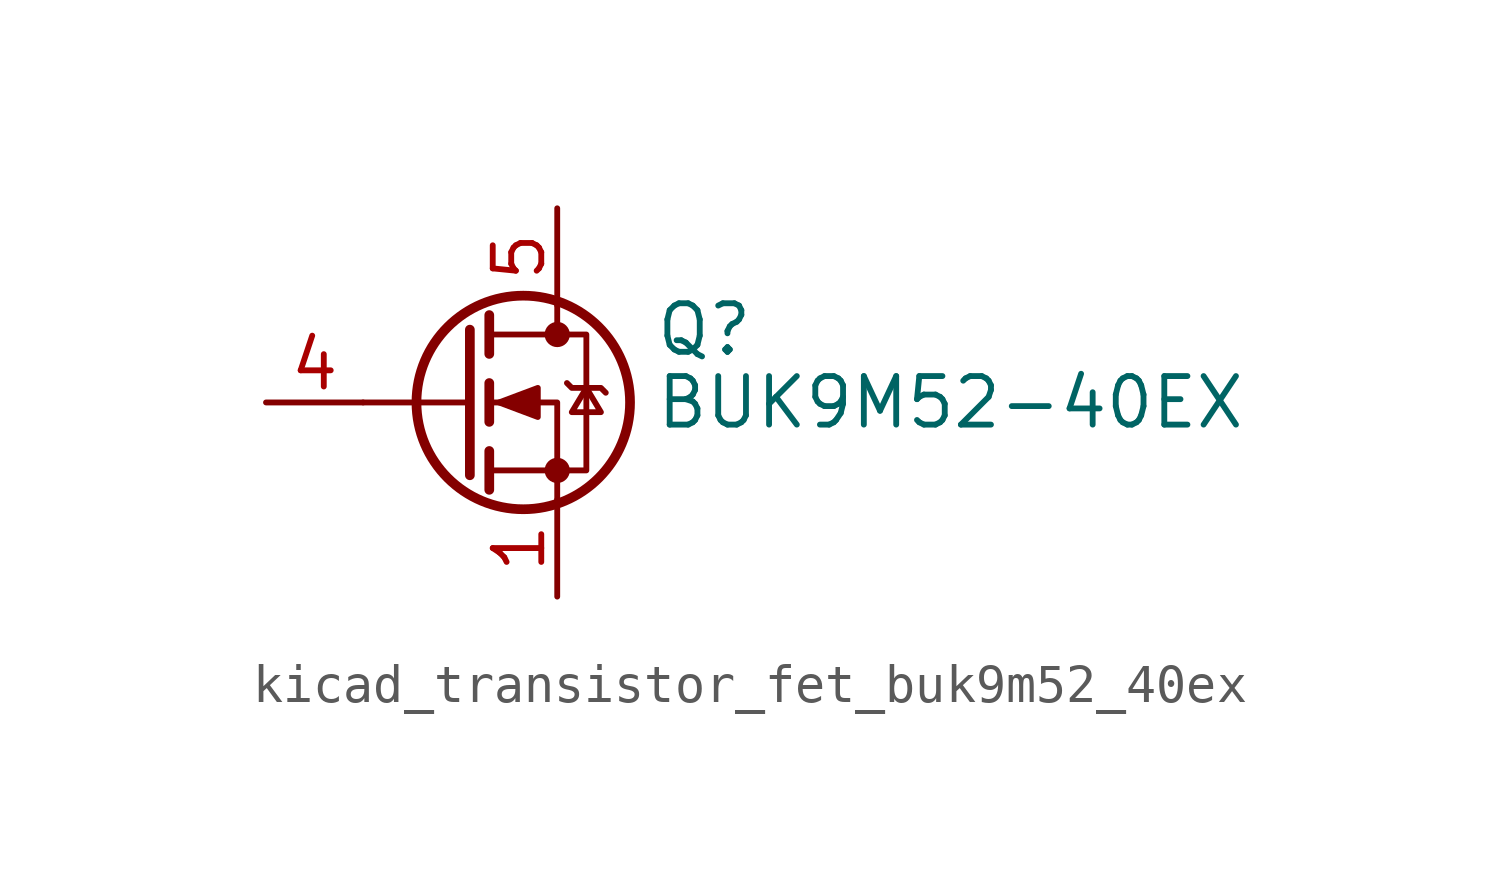
<source format=kicad_sym>
(kicad_symbol_lib
  (version 20220914)
  (generator kicad_symbol_editor)
  (symbol "kicad_transistor_fet_buk9m52_40ex"
    (pin_names hide)
    (property "Reference" "Q"
      (at 5.08 1.905 0)
      (effects (font (size 1.27 1.27)) (justify left)))
    (property "Value" "BUK9M52-40EX"
      (at 5.08 0 0)
      (effects (font (size 1.27 1.27)) (justify left)))
    (symbol "kicad_transistor_fet_buk9m52_40ex_0_1"
      (polyline (pts (xy 0.254 0) (xy -2.54 0)) (stroke (width 0) (type default)) (fill (type none)))
      (polyline (pts (xy 0.254 1.905) (xy 0.254 -1.905)) (stroke (width 0.254) (type default)) (fill (type none)))
      (polyline (pts (xy 0.762 -1.27) (xy 0.762 -2.286)) (stroke (width 0.254) (type default)) (fill (type none)))
      (polyline (pts (xy 0.762 0.508) (xy 0.762 -0.508)) (stroke (width 0.254) (type default)) (fill (type none)))
      (polyline (pts (xy 0.762 2.286) (xy 0.762 1.27)) (stroke (width 0.254) (type default)) (fill (type none)))
      (polyline (pts (xy 2.54 2.54) (xy 2.54 1.778)) (stroke (width 0) (type default)) (fill (type none)))
      (polyline (pts (xy 2.54 -2.54) (xy 2.54 0) (xy 0.762 0)) (stroke (width 0) (type default)) (fill (type none)))
      (polyline (pts (xy 0.762 -1.778) (xy 3.302 -1.778) (xy 3.302 1.778) (xy 0.762 1.778)) (stroke (width 0) (type default)) (fill (type none)))
      (polyline (pts (xy 1.016 0) (xy 2.032 0.381) (xy 2.032 -0.381) (xy 1.016 0)) (stroke (width 0) (type default)) (fill (type outline)))
      (polyline (pts (xy 2.794 0.508) (xy 2.921 0.381) (xy 3.683 0.381) (xy 3.81 0.254)) (stroke (width 0) (type default)) (fill (type none)))
      (polyline (pts (xy 3.302 0.381) (xy 2.921 -0.254) (xy 3.683 -0.254) (xy 3.302 0.381)) (stroke (width 0) (type default)) (fill (type none)))
      (circle (center 1.651 0) (radius 2.794) (stroke (width 0.254) (type default)) (fill (type none)))
      (circle (center 2.54 -1.778) (radius 0.254) (stroke (width 0) (type default)) (fill (type outline)))
      (circle (center 2.54 1.778) (radius 0.254) (stroke (width 0) (type default)) (fill (type outline))))
    (symbol "kicad_transistor_fet_buk9m52_40ex_1_1"
      (pin passive line (at 2.54 -5.08 90) (length 2.54) (name "S" (effects (font (size 1.27 1.27)))) (number "1" (effects (font (size 1.27 1.27)))))
      (pin passive line (at 2.54 -5.08 90) (length 2.54) hide (name "S" (effects (font (size 1.27 1.27)))) (number "2" (effects (font (size 1.27 1.27)))))
      (pin passive line (at 2.54 -5.08 90) (length 2.54) hide (name "S" (effects (font (size 1.27 1.27)))) (number "3" (effects (font (size 1.27 1.27)))))
      (pin passive line (at -5.08 0 0) (length 2.54) (name "G" (effects (font (size 1.27 1.27)))) (number "4" (effects (font (size 1.27 1.27)))))
      (pin passive line (at 2.54 5.08 270) (length 2.54) (name "D" (effects (font (size 1.27 1.27)))) (number "5" (effects (font (size 1.27 1.27))))))))
</source>
